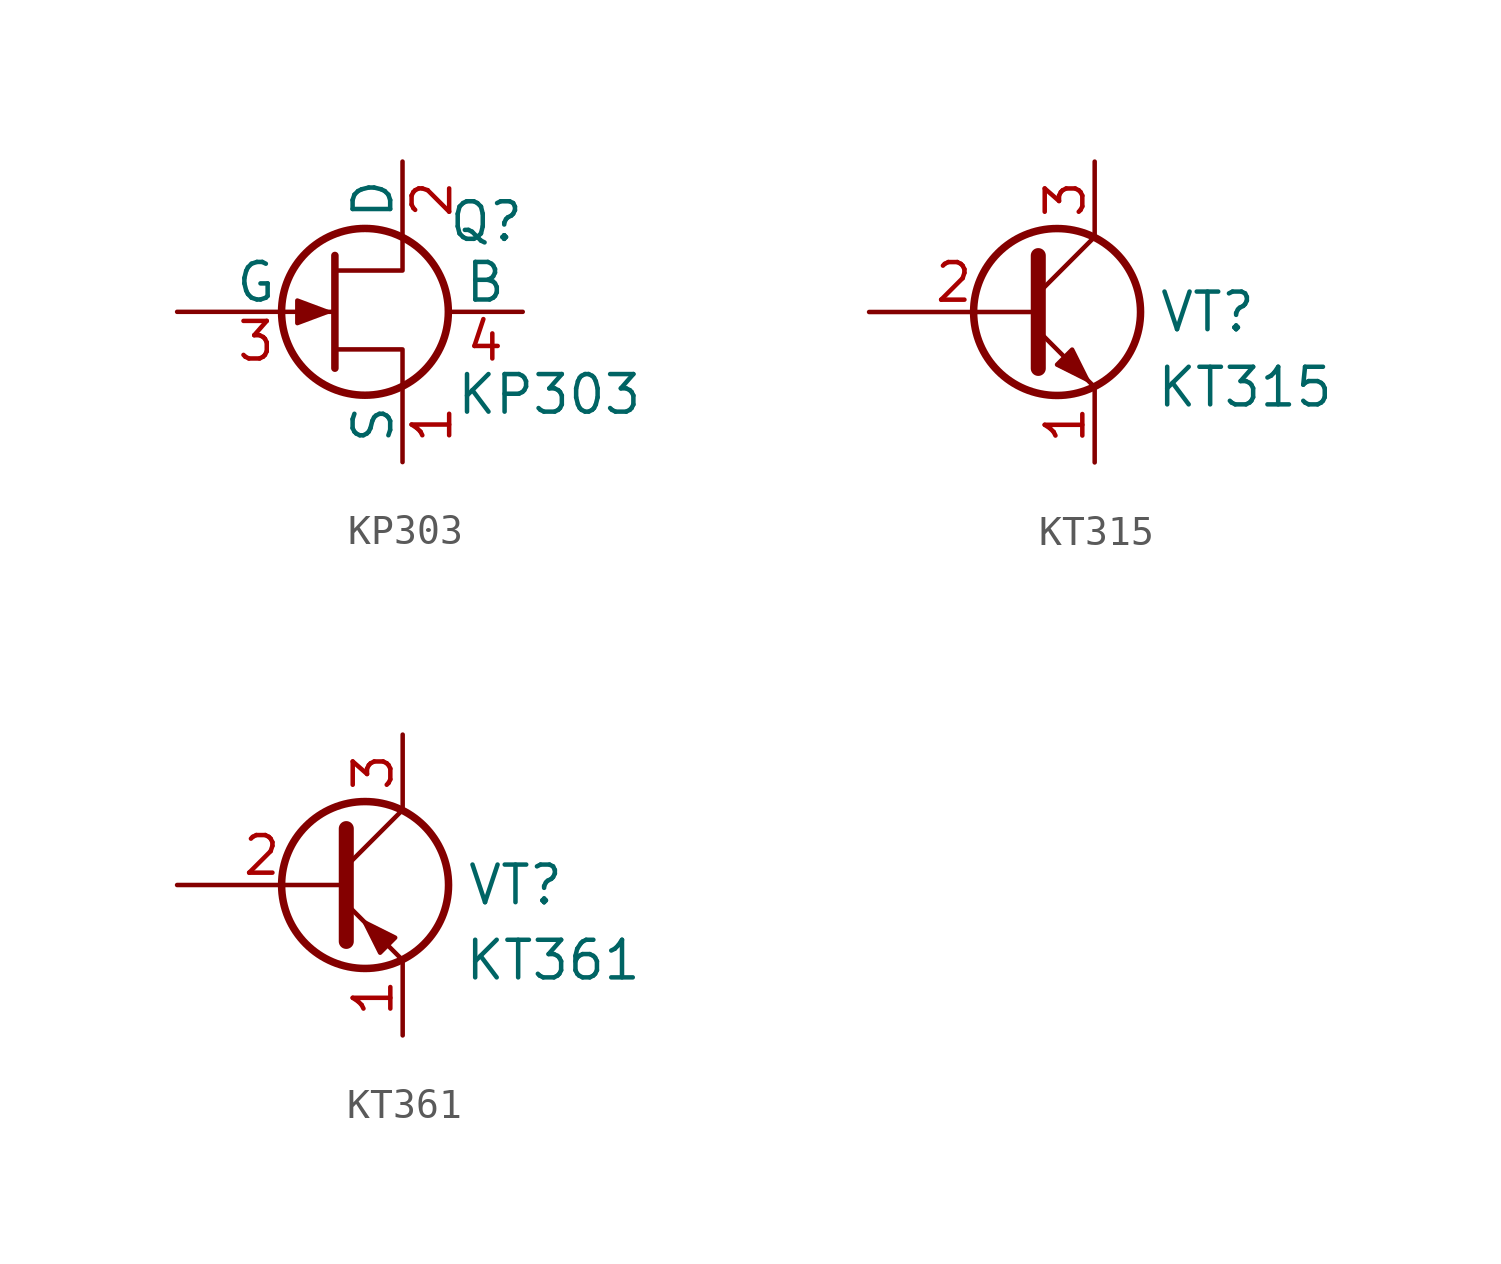
<source format=kicad_sym>
(kicad_symbol_lib
  (version 20211014)
  (generator kicad_symbol_editor)
  (symbol "KP303"
    (pin_names
      (offset 0))
    (property "Reference" "Q"
      (at 4.064 3.048 0)
      (effects (font (size 1.27 1.27)) (justify left)))
    (property "Value" "KP303"
      (at 4.318 -2.794 0)
      (effects (font (size 1.27 1.27)) (justify left)))
    (symbol "KP303_0_1"
      (polyline (pts (xy 0.254 1.905) (xy 0.254 -1.905) (xy 0.254 -1.905)) (stroke (width 0.254) (type default) (color 0 0 0 0)) (fill (type none)))
      (polyline (pts (xy 2.54 -2.54) (xy 2.54 -1.27) (xy 0.254 -1.27)) (stroke (width 0) (type default) (color 0 0 0 0)) (fill (type none)))
      (polyline (pts (xy 2.54 2.54) (xy 2.54 1.397) (xy 0.254 1.397)) (stroke (width 0) (type default) (color 0 0 0 0)) (fill (type none)))
      (polyline (pts (xy 0 0) (xy -1.016 0.381) (xy -1.016 -0.381) (xy 0 0)) (stroke (width 0) (type default) (color 0 0 0 0)) (fill (type outline)))
      (circle (center 1.27 0) (radius 2.819) (stroke (width 0.254) (type default) (color 0 0 0 0)) (fill (type none))))
    (symbol "KP303_1_1"
      (pin passive line (at 2.54 -5.08 90) (length 2.54) (name "S" (effects (font (size 1.27 1.27)))) (number "1" (effects (font (size 1.27 1.27)))))
      (pin passive line (at 2.54 5.08 270) (length 2.54) (name "D" (effects (font (size 1.27 1.27)))) (number "2" (effects (font (size 1.27 1.27)))))
      (pin input line (at -5.08 0 0) (length 5.334) (name "G" (effects (font (size 1.27 1.27)))) (number "3" (effects (font (size 1.27 1.27)))))
      (pin passive line (at 6.604 0 180) (length 2.54) (name "B" (effects (font (size 1.27 1.27)))) (number "4" (effects (font (size 1.27 1.27)))))))
  (symbol "KT315"
    (pin_names hide)
    (property "Reference" "VT"
      (at 5.08 0 0)
      (effects (font (size 1.27 1.27))))
    (property "Value" "KT315"
      (at 6.35 -2.54 0)
      (effects (font (size 1.27 1.27))))
    (symbol "KT315_0_1"
      (polyline (pts (xy -0.635 0.635) (xy 1.27 2.54)) (stroke (width 0) (type default) (color 0 0 0 0)) (fill (type none)))
      (polyline (pts (xy -0.635 -0.635) (xy 1.27 -2.54) (xy 1.27 -2.54)) (stroke (width 0) (type default) (color 0 0 0 0)) (fill (type none)))
      (polyline (pts (xy -0.635 1.905) (xy -0.635 -1.905) (xy -0.635 -1.905)) (stroke (width 0.508) (type default) (color 0 0 0 0)) (fill (type none)))
      (polyline (pts (xy 0 -1.778) (xy 0.508 -1.27) (xy 1.016 -2.286) (xy 0 -1.778) (xy 0 -1.778)) (stroke (width 0) (type default) (color 0 0 0 0)) (fill (type outline)))
      (circle (center 0 0) (radius 2.819) (stroke (width 0.254) (type default) (color 0 0 0 0)) (fill (type none))))
    (symbol "KT315_1_1"
      (pin passive line (at 1.27 -5.08 90) (length 2.54) (name "E" (effects (font (size 1.27 1.27)))) (number "1" (effects (font (size 1.27 1.27)))))
      (pin passive line (at -6.35 0 0) (length 5.715) (name "B" (effects (font (size 1.27 1.27)))) (number "2" (effects (font (size 1.27 1.27)))))
      (pin passive line (at 1.27 5.08 270) (length 2.54) (name "C" (effects (font (size 1.27 1.27)))) (number "3" (effects (font (size 1.27 1.27)))))))
  (symbol "KT361"
    (pin_names hide)
    (property "Reference" "VT"
      (at 5.08 0 0)
      (effects (font (size 1.27 1.27))))
    (property "Value" "KT361"
      (at 6.35 -2.54 0)
      (effects (font (size 1.27 1.27))))
    (symbol "KT361_0_1"
      (polyline (pts (xy -0.635 0.635) (xy 1.27 2.54)) (stroke (width 0) (type default) (color 0 0 0 0)) (fill (type none)))
      (polyline (pts (xy -0.635 -0.635) (xy 1.27 -2.54) (xy 1.27 -2.54)) (stroke (width 0) (type default) (color 0 0 0 0)) (fill (type none)))
      (polyline (pts (xy -0.635 1.905) (xy -0.635 -1.905) (xy -0.635 -1.905)) (stroke (width 0.508) (type default) (color 0 0 0 0)) (fill (type none)))
      (polyline (pts (xy 1.016 -1.778) (xy 0.508 -2.286) (xy 0 -1.27) (xy 1.016 -1.778) (xy 1.016 -1.778)) (stroke (width 0) (type default) (color 0 0 0 0)) (fill (type outline)))
      (circle (center 0 0) (radius 2.819) (stroke (width 0.254) (type default) (color 0 0 0 0)) (fill (type none))))
    (symbol "KT361_1_1"
      (pin passive line (at 1.27 -5.08 90) (length 2.54) (name "E" (effects (font (size 1.27 1.27)))) (number "1" (effects (font (size 1.27 1.27)))))
      (pin passive line (at -6.35 0 0) (length 5.715) (name "B" (effects (font (size 1.27 1.27)))) (number "2" (effects (font (size 1.27 1.27)))))
      (pin passive line (at 1.27 5.08 270) (length 2.54) (name "C" (effects (font (size 1.27 1.27)))) (number "3" (effects (font (size 1.27 1.27))))))))
</source>
